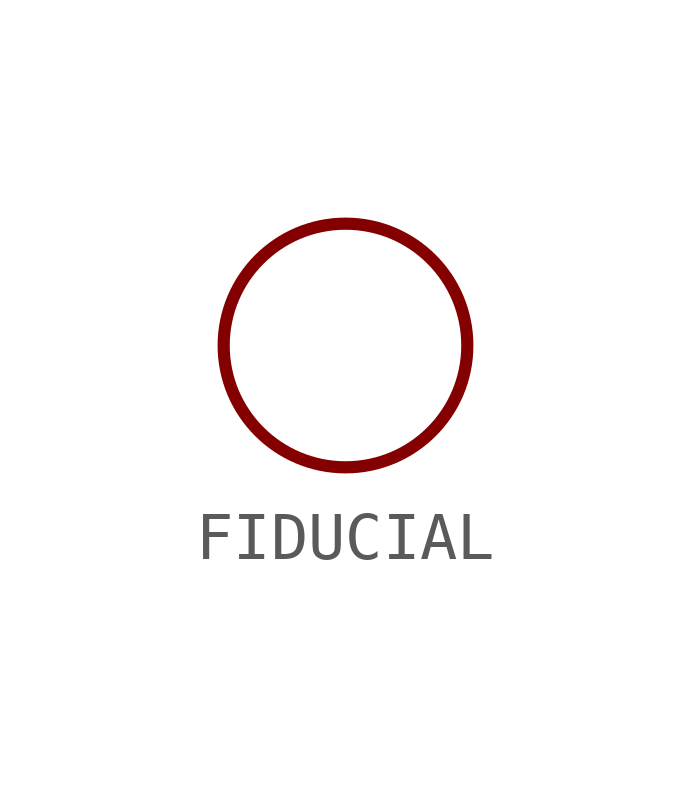
<source format=kicad_sym>
(kicad_symbol_lib
  (version 20220914)
  (generator kicad_symbol_editor)
  (symbol "FIDUCIAL"
    (property "Reference" ""
      (at 0 0 0)
      (effects (font (size 1.27 1.27)) hide))
    (property "ki_locked" ""
      (at 0 0 0)
      (effects (font (size 1.27 1.27))))
    (symbol "FIDUCIAL_1_0"
      (circle (center 0 0) (radius 2.54) (stroke (width 0.254) (type solid)) (fill (type none))))))
</source>
